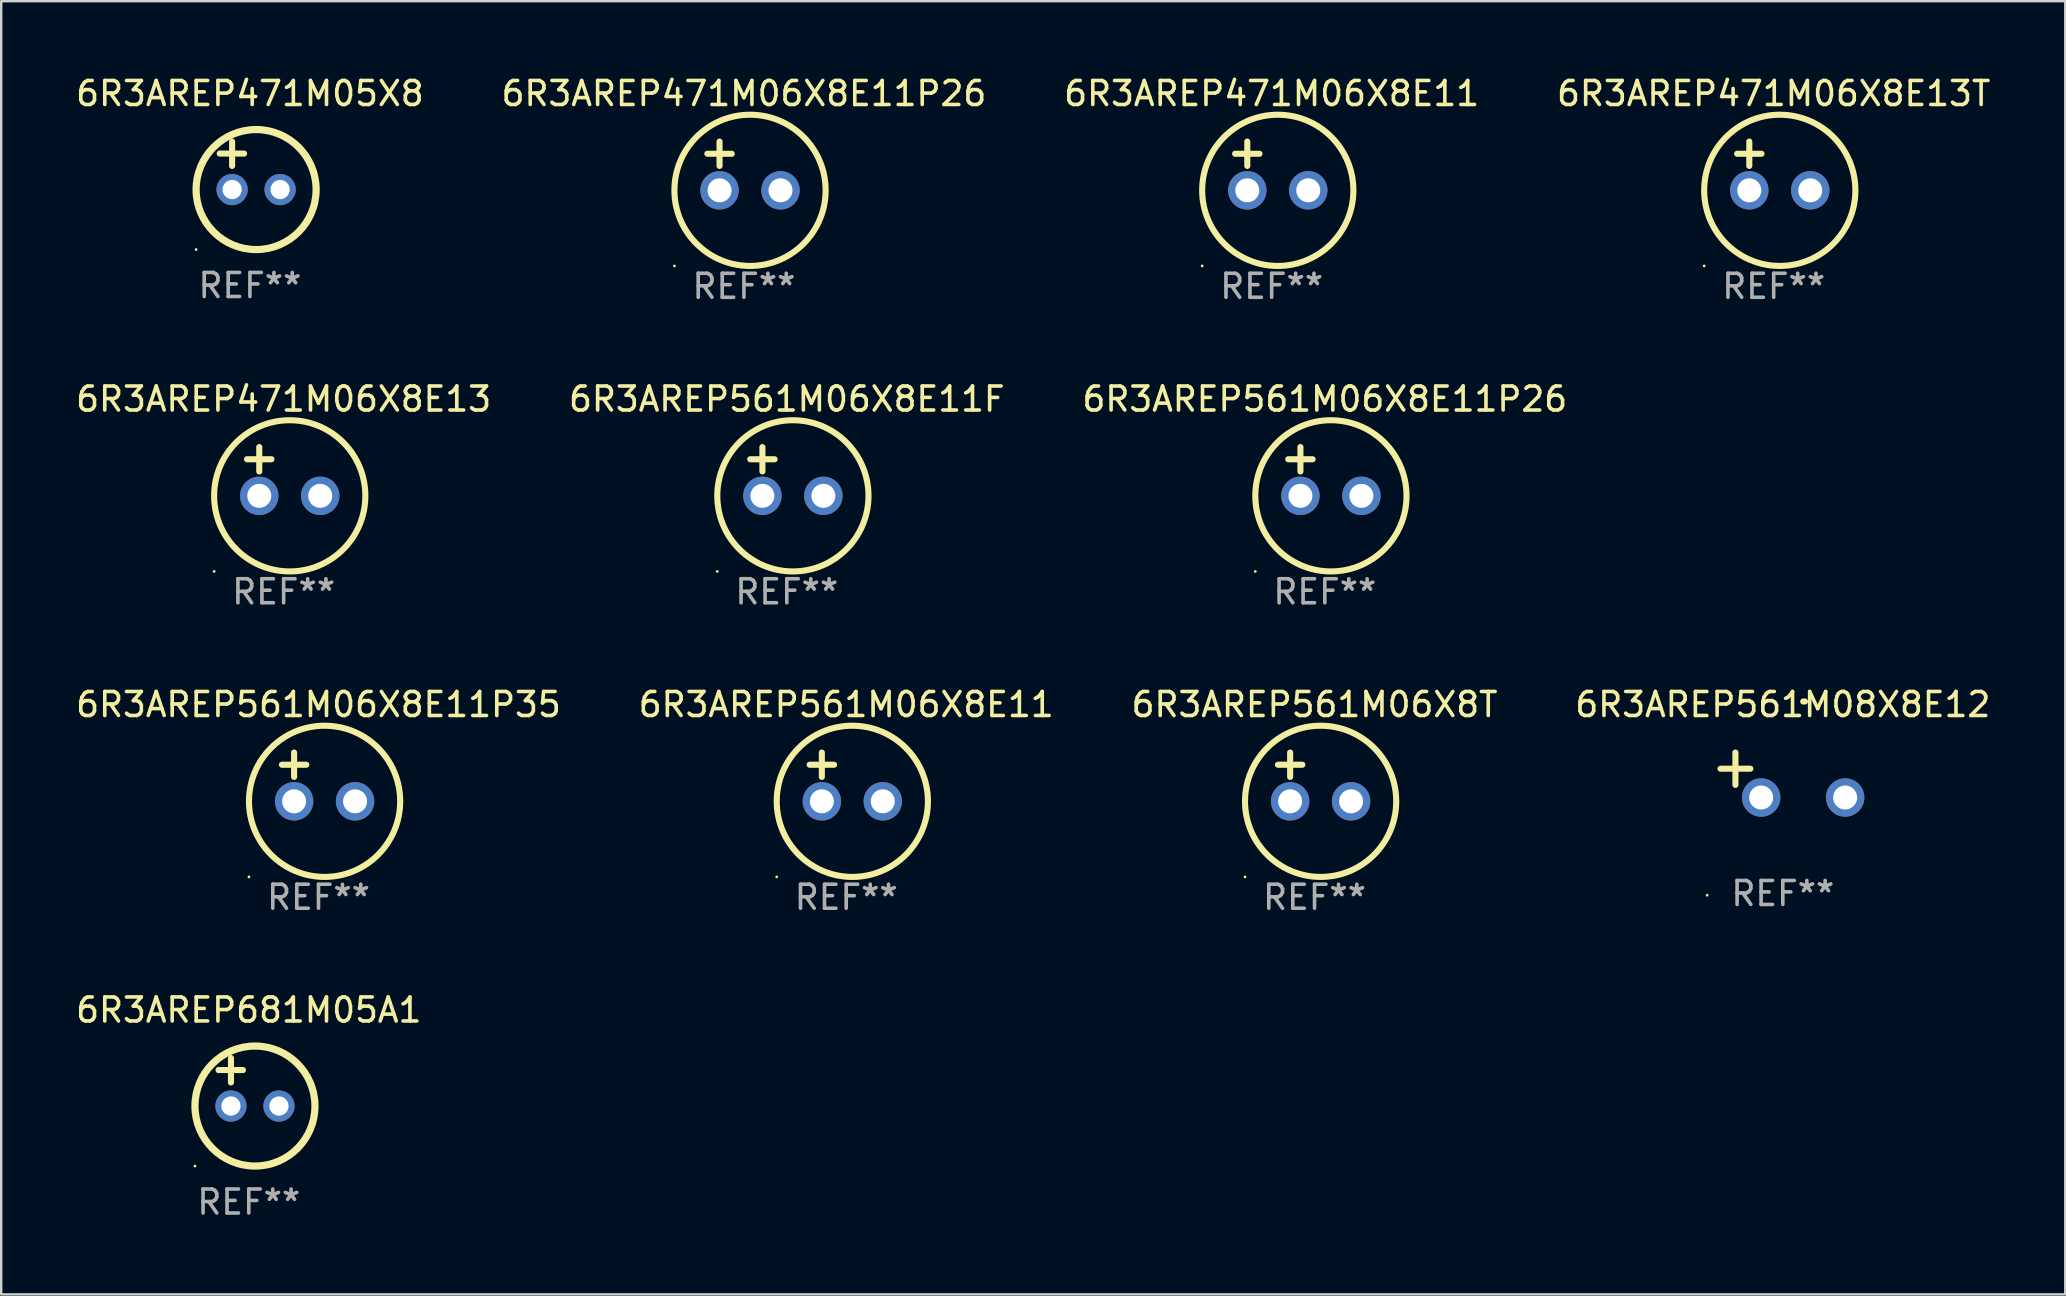
<source format=kicad_pcb>
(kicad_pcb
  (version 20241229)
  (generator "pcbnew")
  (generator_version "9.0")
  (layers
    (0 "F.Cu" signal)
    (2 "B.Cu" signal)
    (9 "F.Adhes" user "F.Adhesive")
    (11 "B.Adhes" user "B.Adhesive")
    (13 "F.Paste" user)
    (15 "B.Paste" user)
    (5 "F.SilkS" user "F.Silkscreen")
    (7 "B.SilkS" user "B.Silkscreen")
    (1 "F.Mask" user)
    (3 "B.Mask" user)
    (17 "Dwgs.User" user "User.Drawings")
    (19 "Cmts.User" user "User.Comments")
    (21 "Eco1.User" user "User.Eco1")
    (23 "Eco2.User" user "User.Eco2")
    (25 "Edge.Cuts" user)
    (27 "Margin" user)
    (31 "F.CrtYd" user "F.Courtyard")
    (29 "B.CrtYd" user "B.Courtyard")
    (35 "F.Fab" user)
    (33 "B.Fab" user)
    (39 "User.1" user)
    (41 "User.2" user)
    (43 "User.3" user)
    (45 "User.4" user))
  (footprint "6R3AREP561M06X8E11P26"
    (layer "F.Cu")
    (at 52.149 16.593)
    (property "Reference" "6R3AREP561M06X8E11P26" (at 0 -3.016 0) (layer "F.SilkS") (effects (font (size 1 1) (thickness 0.15))))
    (attr through_hole)
    (fp_line (start -1.524 -0.508) (end -0.508 -0.508) (stroke (width 0.254) (type solid)) (layer "F.SilkS"))
    (fp_line (start -1.016 -1.016) (end -1.016 0) (stroke (width 0.254) (type solid)) (layer "F.SilkS"))
    (fp_circle (center -2.896 4.166) (end -2.866 4.166) (stroke (width 0.06) (type solid)) (fill no) (layer "F.SilkS"))
    (fp_circle (center 0.254 1.016) (end 3.404 1.016) (stroke (width 0.254) (type solid)) (fill no) (layer "F.SilkS"))
    (fp_text user "REF**" (at 0 5.016 0) (layer "F.Fab") (effects (font (size 1 1) (thickness 0.15))))
    (pad "1" thru_hole circle (at -1.016 1.016) (size 1.6 1.6) (drill 1) (layers "*.Cu" "*.Mask"))
    (pad "2" thru_hole circle (at 1.524 1.016) (size 1.6 1.6) (drill 1) (layers "*.Cu" "*.Mask")))
  (footprint "6R3AREP471M06X8E11"
    (layer "F.Cu")
    (at 49.935 3.864)
    (property "Reference" "6R3AREP471M06X8E11" (at 0 -3.016 0) (layer "F.SilkS") (effects (font (size 1 1) (thickness 0.15))))
    (attr through_hole)
    (fp_line (start -1.524 -0.508) (end -0.508 -0.508) (stroke (width 0.254) (type solid)) (layer "F.SilkS"))
    (fp_line (start -1.016 -1.016) (end -1.016 0) (stroke (width 0.254) (type solid)) (layer "F.SilkS"))
    (fp_circle (center -2.896 4.166) (end -2.866 4.166) (stroke (width 0.06) (type solid)) (fill no) (layer "F.SilkS"))
    (fp_circle (center 0.254 1.016) (end 3.404 1.016) (stroke (width 0.254) (type solid)) (fill no) (layer "F.SilkS"))
    (fp_text user "REF**" (at 0 5.016 0) (layer "F.Fab") (effects (font (size 1 1) (thickness 0.15))))
    (pad "1" thru_hole circle (at -1.016 1.016) (size 1.6 1.6) (drill 1) (layers "*.Cu" "*.Mask"))
    (pad "2" thru_hole circle (at 1.524 1.016) (size 1.6 1.6) (drill 1) (layers "*.Cu" "*.Mask")))
  (footprint "6R3AREP561M08X8E12"
    (layer "F.Cu")
    (at 71.232 29.242)
    (property "Reference" "6R3AREP561M08X8E12" (at 0 -2.937 0) (layer "F.SilkS") (effects (font (size 1 1) (thickness 0.15))))
    (attr through_hole)
    (fp_line (start -1.975 0.41) (end -1.975 -0.937) (stroke (width 0.254) (type solid)) (layer "F.SilkS"))
    (fp_line (start -1.353 -0.263) (end -2.597 -0.263) (stroke (width 0.254) (type solid)) (layer "F.SilkS"))
    (fp_arc (start 0.849809 -3.063957) (mid 0.885369 -3.064114) (end 0.920929 -3.063957) (stroke (width 0.254001) (type solid)) (layer "F.SilkS"))
    (fp_circle (center -3.154 5.008) (end -3.124 5.008) (stroke (width 0.06) (type solid)) (fill no) (layer "F.SilkS"))
    (fp_text user "REF**" (at 0 4.937 0) (layer "F.Fab") (effects (font (size 1 1) (thickness 0.15))))
    (pad "1" thru_hole circle (at -0.903 0.937) (size 1.6 1.6) (drill 1) (layers "*.Cu" "*.Mask"))
    (pad "2" thru_hole circle (at 2.597 0.937) (size 1.6 1.6) (drill 1) (layers "*.Cu" "*.Mask")))
  (footprint "6R3AREP471M06X8E13T"
    (layer "F.Cu")
    (at 70.851 3.864)
    (property "Reference" "6R3AREP471M06X8E13T" (at 0 -3.016 0) (layer "F.SilkS") (effects (font (size 1 1) (thickness 0.15))))
    (attr through_hole)
    (fp_line (start -1.524 -0.508) (end -0.508 -0.508) (stroke (width 0.254) (type solid)) (layer "F.SilkS"))
    (fp_line (start -1.016 -1.016) (end -1.016 0) (stroke (width 0.254) (type solid)) (layer "F.SilkS"))
    (fp_circle (center -2.896 4.166) (end -2.866 4.166) (stroke (width 0.06) (type solid)) (fill no) (layer "F.SilkS"))
    (fp_circle (center 0.254 1.016) (end 3.404 1.016) (stroke (width 0.254) (type solid)) (fill no) (layer "F.SilkS"))
    (fp_text user "REF**" (at 0 5.016 0) (layer "F.Fab") (effects (font (size 1 1) (thickness 0.15))))
    (pad "1" thru_hole circle (at -1.016 1.016) (size 1.6 1.6) (drill 1) (layers "*.Cu" "*.Mask"))
    (pad "2" thru_hole circle (at 1.524 1.016) (size 1.6 1.6) (drill 1) (layers "*.Cu" "*.Mask")))
  (footprint "6R3AREP681M05A1"
    (layer "F.Cu")
    (at 7.315 42.034)
    (property "Reference" "6R3AREP681M05A1" (at 0 -3 0) (layer "F.SilkS") (effects (font (size 1 1) (thickness 0.15))))
    (attr through_hole)
    (fp_line (start -1.258 -0.5) (end -0.242 -0.5) (stroke (width 0.254) (type solid)) (layer "F.SilkS"))
    (fp_line (start -0.742 -1) (end -0.742 0.016) (stroke (width 0.254) (type solid)) (layer "F.SilkS"))
    (fp_circle (center -2.242 3.5) (end -2.212 3.5) (stroke (width 0.06) (type solid)) (fill no) (layer "F.SilkS"))
    (fp_circle (center 0.258 1) (end 2.758 1) (stroke (width 0.3) (type solid)) (fill no) (layer "F.SilkS"))
    (fp_text user "REF**" (at 0 5 0) (layer "F.Fab") (effects (font (size 1 1) (thickness 0.15))))
    (pad "1" thru_hole circle (at -0.742 1) (size 1.3 1.3) (drill 0.8) (layers "*.Cu" "*.Mask"))
    (pad "2" thru_hole circle (at 1.258 1) (size 1.3 1.3) (drill 0.8) (layers "*.Cu" "*.Mask")))
  (footprint "6R3AREP471M06X8E11P26"
    (layer "F.Cu")
    (at 27.946 3.864)
    (property "Reference" "6R3AREP471M06X8E11P26" (at 0 -3.016 0) (layer "F.SilkS") (effects (font (size 1 1) (thickness 0.15))))
    (attr through_hole)
    (fp_line (start -1.524 -0.508) (end -0.508 -0.508) (stroke (width 0.254) (type solid)) (layer "F.SilkS"))
    (fp_line (start -1.016 -1.016) (end -1.016 0) (stroke (width 0.254) (type solid)) (layer "F.SilkS"))
    (fp_circle (center -2.896 4.166) (end -2.866 4.166) (stroke (width 0.06) (type solid)) (fill no) (layer "F.SilkS"))
    (fp_circle (center 0.254 1.016) (end 3.404 1.016) (stroke (width 0.254) (type solid)) (fill no) (layer "F.SilkS"))
    (fp_text user "REF**" (at 0 5.016 0) (layer "F.Fab") (effects (font (size 1 1) (thickness 0.15))))
    (pad "1" thru_hole circle (at -1.016 1.016) (size 1.6 1.6) (drill 1) (layers "*.Cu" "*.Mask"))
    (pad "2" thru_hole circle (at 1.524 1.016) (size 1.6 1.6) (drill 1) (layers "*.Cu" "*.Mask")))
  (footprint "6R3AREP471M05X8"
    (layer "F.Cu")
    (at 7.363 3.848)
    (property "Reference" "6R3AREP471M05X8" (at 0 -3 0) (layer "F.SilkS") (effects (font (size 1 1) (thickness 0.15))))
    (attr through_hole)
    (fp_line (start -1.258 -0.5) (end -0.242 -0.5) (stroke (width 0.254) (type solid)) (layer "F.SilkS"))
    (fp_line (start -0.742 -1) (end -0.742 0.016) (stroke (width 0.254) (type solid)) (layer "F.SilkS"))
    (fp_circle (center -2.242 3.5) (end -2.212 3.5) (stroke (width 0.06) (type solid)) (fill no) (layer "F.SilkS"))
    (fp_circle (center 0.258 1) (end 2.758 1) (stroke (width 0.3) (type solid)) (fill no) (layer "F.SilkS"))
    (fp_text user "REF**" (at 0 5 0) (layer "F.Fab") (effects (font (size 1 1) (thickness 0.15))))
    (pad "1" thru_hole circle (at -0.742 1) (size 1.3 1.3) (drill 0.8) (layers "*.Cu" "*.Mask"))
    (pad "2" thru_hole circle (at 1.258 1) (size 1.3 1.3) (drill 0.8) (layers "*.Cu" "*.Mask")))
  (footprint "6R3AREP561M06X8T"
    (layer "F.Cu")
    (at 51.72 29.321)
    (property "Reference" "6R3AREP561M06X8T" (at 0 -3.016 0) (layer "F.SilkS") (effects (font (size 1 1) (thickness 0.15))))
    (attr through_hole)
    (fp_line (start -1.524 -0.508) (end -0.508 -0.508) (stroke (width 0.254) (type solid)) (layer "F.SilkS"))
    (fp_line (start -1.016 -1.016) (end -1.016 0) (stroke (width 0.254) (type solid)) (layer "F.SilkS"))
    (fp_circle (center -2.896 4.166) (end -2.866 4.166) (stroke (width 0.06) (type solid)) (fill no) (layer "F.SilkS"))
    (fp_circle (center 0.254 1.016) (end 3.404 1.016) (stroke (width 0.254) (type solid)) (fill no) (layer "F.SilkS"))
    (fp_text user "REF**" (at 0 5.016 0) (layer "F.Fab") (effects (font (size 1 1) (thickness 0.15))))
    (pad "1" thru_hole circle (at -1.016 1.016) (size 1.6 1.6) (drill 1) (layers "*.Cu" "*.Mask"))
    (pad "2" thru_hole circle (at 1.524 1.016) (size 1.6 1.6) (drill 1) (layers "*.Cu" "*.Mask")))
  (footprint "6R3AREP561M06X8E11P35"
    (layer "F.Cu")
    (at 10.22 29.321)
    (property "Reference" "6R3AREP561M06X8E11P35" (at 0 -3.016 0) (layer "F.SilkS") (effects (font (size 1 1) (thickness 0.15))))
    (attr through_hole)
    (fp_line (start -1.524 -0.508) (end -0.508 -0.508) (stroke (width 0.254) (type solid)) (layer "F.SilkS"))
    (fp_line (start -1.016 -1.016) (end -1.016 0) (stroke (width 0.254) (type solid)) (layer "F.SilkS"))
    (fp_circle (center -2.896 4.166) (end -2.866 4.166) (stroke (width 0.06) (type solid)) (fill no) (layer "F.SilkS"))
    (fp_circle (center 0.254 1.016) (end 3.404 1.016) (stroke (width 0.254) (type solid)) (fill no) (layer "F.SilkS"))
    (fp_text user "REF**" (at 0 5.016 0) (layer "F.Fab") (effects (font (size 1 1) (thickness 0.15))))
    (pad "1" thru_hole circle (at -1.016 1.016) (size 1.6 1.6) (drill 1) (layers "*.Cu" "*.Mask"))
    (pad "2" thru_hole circle (at 1.524 1.016) (size 1.6 1.6) (drill 1) (layers "*.Cu" "*.Mask")))
  (footprint "6R3AREP561M06X8E11"
    (layer "F.Cu")
    (at 32.208 29.321)
    (property "Reference" "6R3AREP561M06X8E11" (at 0 -3.016 0) (layer "F.SilkS") (effects (font (size 1 1) (thickness 0.15))))
    (attr through_hole)
    (fp_line (start -1.524 -0.508) (end -0.508 -0.508) (stroke (width 0.254) (type solid)) (layer "F.SilkS"))
    (fp_line (start -1.016 -1.016) (end -1.016 0) (stroke (width 0.254) (type solid)) (layer "F.SilkS"))
    (fp_circle (center -2.896 4.166) (end -2.866 4.166) (stroke (width 0.06) (type solid)) (fill no) (layer "F.SilkS"))
    (fp_circle (center 0.254 1.016) (end 3.404 1.016) (stroke (width 0.254) (type solid)) (fill no) (layer "F.SilkS"))
    (fp_text user "REF**" (at 0 5.016 0) (layer "F.Fab") (effects (font (size 1 1) (thickness 0.15))))
    (pad "1" thru_hole circle (at -1.016 1.016) (size 1.6 1.6) (drill 1) (layers "*.Cu" "*.Mask"))
    (pad "2" thru_hole circle (at 1.524 1.016) (size 1.6 1.6) (drill 1) (layers "*.Cu" "*.Mask")))
  (footprint "6R3AREP471M06X8E13"
    (layer "F.Cu")
    (at 8.768 16.593)
    (property "Reference" "6R3AREP471M06X8E13" (at 0 -3.016 0) (layer "F.SilkS") (effects (font (size 1 1) (thickness 0.15))))
    (attr through_hole)
    (fp_line (start -1.524 -0.508) (end -0.508 -0.508) (stroke (width 0.254) (type solid)) (layer "F.SilkS"))
    (fp_line (start -1.016 -1.016) (end -1.016 0) (stroke (width 0.254) (type solid)) (layer "F.SilkS"))
    (fp_circle (center -2.896 4.166) (end -2.866 4.166) (stroke (width 0.06) (type solid)) (fill no) (layer "F.SilkS"))
    (fp_circle (center 0.254 1.016) (end 3.404 1.016) (stroke (width 0.254) (type solid)) (fill no) (layer "F.SilkS"))
    (fp_text user "REF**" (at 0 5.016 0) (layer "F.Fab") (effects (font (size 1 1) (thickness 0.15))))
    (pad "1" thru_hole circle (at -1.016 1.016) (size 1.6 1.6) (drill 1) (layers "*.Cu" "*.Mask"))
    (pad "2" thru_hole circle (at 1.524 1.016) (size 1.6 1.6) (drill 1) (layers "*.Cu" "*.Mask")))
  (footprint "6R3AREP561M06X8E11F"
    (layer "F.Cu")
    (at 29.732 16.593)
    (property "Reference" "6R3AREP561M06X8E11F" (at 0 -3.016 0) (layer "F.SilkS") (effects (font (size 1 1) (thickness 0.15))))
    (attr through_hole)
    (fp_line (start -1.524 -0.508) (end -0.508 -0.508) (stroke (width 0.254) (type solid)) (layer "F.SilkS"))
    (fp_line (start -1.016 -1.016) (end -1.016 0) (stroke (width 0.254) (type solid)) (layer "F.SilkS"))
    (fp_circle (center -2.896 4.166) (end -2.866 4.166) (stroke (width 0.06) (type solid)) (fill no) (layer "F.SilkS"))
    (fp_circle (center 0.254 1.016) (end 3.404 1.016) (stroke (width 0.254) (type solid)) (fill no) (layer "F.SilkS"))
    (fp_text user "REF**" (at 0 5.016 0) (layer "F.Fab") (effects (font (size 1 1) (thickness 0.15))))
    (pad "1" thru_hole circle (at -1.016 1.016) (size 1.6 1.6) (drill 1) (layers "*.Cu" "*.Mask"))
    (pad "2" thru_hole circle (at 1.524 1.016) (size 1.6 1.6) (drill 1) (layers "*.Cu" "*.Mask")))
  (gr_rect
    (start -3 -3)
    (end 83 50.882)
    (stroke (width 0.1) (type default))
    (fill no)
    (layer "Edge.Cuts")))
</source>
